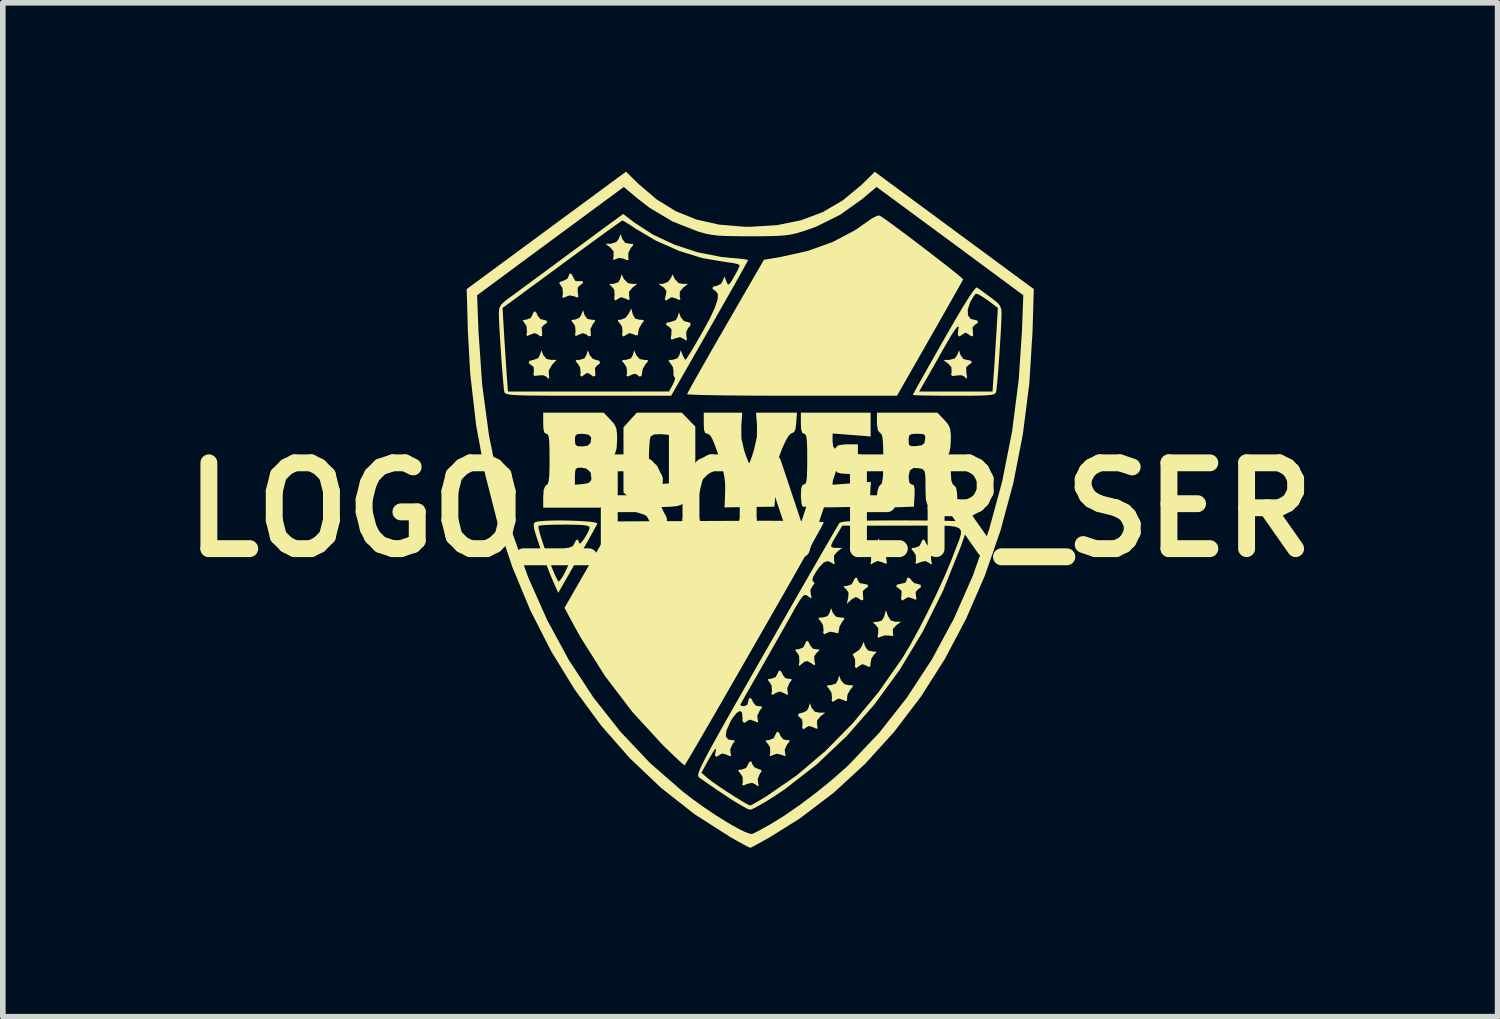
<source format=kicad_pcb>
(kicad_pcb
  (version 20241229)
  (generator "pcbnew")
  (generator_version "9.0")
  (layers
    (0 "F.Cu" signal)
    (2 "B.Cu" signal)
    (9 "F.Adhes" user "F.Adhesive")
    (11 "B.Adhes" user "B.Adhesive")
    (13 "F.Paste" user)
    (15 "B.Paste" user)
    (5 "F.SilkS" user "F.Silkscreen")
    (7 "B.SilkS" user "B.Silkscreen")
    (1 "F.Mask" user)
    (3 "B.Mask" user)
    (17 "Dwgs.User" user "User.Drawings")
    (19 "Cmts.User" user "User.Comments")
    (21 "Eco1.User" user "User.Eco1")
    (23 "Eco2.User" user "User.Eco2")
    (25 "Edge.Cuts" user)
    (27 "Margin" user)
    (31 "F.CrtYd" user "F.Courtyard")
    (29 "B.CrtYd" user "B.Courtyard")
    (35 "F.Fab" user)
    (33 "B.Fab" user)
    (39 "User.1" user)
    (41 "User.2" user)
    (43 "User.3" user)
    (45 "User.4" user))
  (footprint "LOGO_BOVER_SER"
    (layer "F.Cu")
    (at 10.276 6.006)
    (property "Reference" "LOGO_BOVER_SER" (at 0 0 0) (layer "F.SilkS") (effects (font (size 1.524 1.524) (thickness 0.3))))
    (attr board_only exclude_from_pos_files exclude_from_bom)
    (fp_poly (pts (xy -2.273 -4.812) (xy -2.221 -4.743) (xy -2.149 -4.727) (xy -2.082 -4.723) (xy -2.081 -4.698) (xy -2.119 -4.654) (xy -2.165 -4.565) (xy -2.166 -4.503) (xy -2.16 -4.44) (xy -2.198 -4.435) (xy -2.249 -4.463) (xy -2.332 -4.474) (xy -2.377 -4.458) (xy -2.428 -4.438) (xy -2.435 -4.469) (xy -2.426 -4.507) (xy -2.428 -4.594) (xy -2.486 -4.661) (xy -2.57 -4.726) (xy -2.473 -4.726) (xy -2.376 -4.758) (xy -2.337 -4.812) (xy -2.3 -4.896)) (stroke (width 0) (type solid)) (fill yes) (layer "F.SilkS"))
    (fp_poly (pts (xy -2.243 -4.099) (xy -2.171 -4.027) (xy -2.105 -4.014) (xy -2.007 -4.013) (xy -2.091 -3.948) (xy -2.152 -3.875) (xy -2.151 -3.794) (xy -2.14 -3.733) (xy -2.168 -3.729) (xy -2.212 -3.751) (xy -2.293 -3.777) (xy -2.338 -3.755) (xy -2.393 -3.717) (xy -2.416 -3.745) (xy -2.409 -3.814) (xy -2.416 -3.914) (xy -2.459 -3.964) (xy -2.502 -4.001) (xy -2.482 -4.013) (xy -2.431 -4.014) (xy -2.345 -4.04) (xy -2.31 -4.099) (xy -2.284 -4.183)) (stroke (width 0) (type solid)) (fill yes) (layer "F.SilkS"))
    (fp_poly (pts (xy -1.339 -4.098) (xy -1.271 -4.027) (xy -1.204 -4.014) (xy -1.107 -4.013) (xy -1.19 -3.948) (xy -1.251 -3.875) (xy -1.251 -3.794) (xy -1.24 -3.733) (xy -1.267 -3.729) (xy -1.312 -3.751) (xy -1.392 -3.777) (xy -1.437 -3.755) (xy -1.495 -3.716) (xy -1.517 -3.74) (xy -1.501 -3.807) (xy -1.487 -3.886) (xy -1.529 -3.943) (xy -1.548 -3.957) (xy -1.63 -4.014) (xy -1.548 -4.014) (xy -1.466 -4.046) (xy -1.421 -4.098) (xy -1.376 -4.182)) (stroke (width 0) (type solid)) (fill yes) (layer "F.SilkS"))
    (fp_poly (pts (xy -3.676 -2.748) (xy -3.616 -2.679) (xy -3.54 -2.664) (xy -3.439 -2.664) (xy -3.519 -2.578) (xy -3.579 -2.476) (xy -3.577 -2.41) (xy -3.57 -2.34) (xy -3.592 -2.331) (xy -3.623 -2.367) (xy -3.676 -2.391) (xy -3.757 -2.387) (xy -3.832 -2.378) (xy -3.852 -2.403) (xy -3.843 -2.453) (xy -3.845 -2.534) (xy -3.88 -2.564) (xy -3.935 -2.605) (xy -3.923 -2.645) (xy -3.852 -2.664) (xy -3.85 -2.664) (xy -3.767 -2.693) (xy -3.736 -2.748) (xy -3.71 -2.833)) (stroke (width 0) (type solid)) (fill yes) (layer "F.SilkS"))
    (fp_poly (pts (xy -2.943 -3.461) (xy -2.893 -3.392) (xy -2.822 -3.377) (xy -2.757 -3.372) (xy -2.757 -3.347) (xy -2.793 -3.304) (xy -2.839 -3.21) (xy -2.833 -3.154) (xy -2.83 -3.089) (xy -2.867 -3.082) (xy -2.915 -3.118) (xy -2.972 -3.138) (xy -3.04 -3.113) (xy -3.1 -3.087) (xy -3.112 -3.11) (xy -3.102 -3.155) (xy -3.11 -3.262) (xy -3.14 -3.31) (xy -3.179 -3.36) (xy -3.158 -3.375) (xy -3.119 -3.377) (xy -3.036 -3.41) (xy -3.002 -3.461) (xy -2.968 -3.545)) (stroke (width 0) (type solid)) (fill yes) (layer "F.SilkS"))
    (fp_poly (pts (xy -2.851 -2.748) (xy -2.794 -2.68) (xy -2.74 -2.664) (xy -2.676 -2.644) (xy -2.671 -2.6) (xy -2.72 -2.565) (xy -2.759 -2.516) (xy -2.753 -2.454) (xy -2.751 -2.38) (xy -2.788 -2.368) (xy -2.844 -2.409) (xy -2.895 -2.434) (xy -2.934 -2.409) (xy -2.994 -2.366) (xy -3.019 -2.388) (xy -3.012 -2.44) (xy -3.022 -2.53) (xy -3.059 -2.59) (xy -3.102 -2.644) (xy -3.087 -2.662) (xy -3.03 -2.664) (xy -2.945 -2.69) (xy -2.91 -2.748) (xy -2.885 -2.833)) (stroke (width 0) (type solid)) (fill yes) (layer "F.SilkS"))
    (fp_poly (pts (xy -2.025 -2.748) (xy -1.964 -2.679) (xy -1.89 -2.664) (xy -1.821 -2.66) (xy -1.816 -2.638) (xy -1.861 -2.585) (xy -1.91 -2.502) (xy -1.92 -2.435) (xy -1.932 -2.374) (xy -1.975 -2.369) (xy -2.007 -2.401) (xy -2.057 -2.418) (xy -2.101 -2.401) (xy -2.173 -2.368) (xy -2.197 -2.382) (xy -2.187 -2.44) (xy -2.196 -2.53) (xy -2.233 -2.59) (xy -2.277 -2.644) (xy -2.261 -2.662) (xy -2.205 -2.664) (xy -2.119 -2.69) (xy -2.085 -2.748) (xy -2.06 -2.833)) (stroke (width 0) (type solid)) (fill yes) (layer "F.SilkS"))
    (fp_poly (pts (xy 1.092 3.518) (xy 1.147 3.586) (xy 1.228 3.603) (xy 1.332 3.603) (xy 1.248 3.668) (xy 1.188 3.742) (xy 1.188 3.822) (xy 1.199 3.883) (xy 1.171 3.887) (xy 1.127 3.865) (xy 1.046 3.84) (xy 1.001 3.861) (xy 0.945 3.9) (xy 0.923 3.872) (xy 0.929 3.809) (xy 0.923 3.723) (xy 0.886 3.692) (xy 0.845 3.656) (xy 0.865 3.619) (xy 0.934 3.602) (xy 0.938 3.602) (xy 1.004 3.569) (xy 1.035 3.518) (xy 1.061 3.434)) (stroke (width 0) (type solid)) (fill yes) (layer "F.SilkS"))
    (fp_poly (pts (xy 1.467 1.83) (xy 1.524 1.898) (xy 1.599 1.913) (xy 1.668 1.918) (xy 1.671 1.942) (xy 1.638 1.982) (xy 1.588 2.07) (xy 1.576 2.133) (xy 1.565 2.191) (xy 1.523 2.187) (xy 1.508 2.18) (xy 1.42 2.165) (xy 1.386 2.178) (xy 1.317 2.21) (xy 1.295 2.186) (xy 1.303 2.137) (xy 1.293 2.048) (xy 1.256 1.987) (xy 1.213 1.934) (xy 1.229 1.915) (xy 1.286 1.913) (xy 1.374 1.888) (xy 1.41 1.83) (xy 1.436 1.746)) (stroke (width 0) (type solid)) (fill yes) (layer "F.SilkS"))
    (fp_poly (pts (xy 1.614 3.03) (xy 1.675 3.099) (xy 1.749 3.114) (xy 1.818 3.117) (xy 1.823 3.14) (xy 1.779 3.193) (xy 1.73 3.276) (xy 1.719 3.346) (xy 1.72 3.396) (xy 1.684 3.393) (xy 1.65 3.376) (xy 1.57 3.352) (xy 1.527 3.373) (xy 1.469 3.412) (xy 1.446 3.387) (xy 1.453 3.338) (xy 1.443 3.248) (xy 1.406 3.188) (xy 1.363 3.134) (xy 1.378 3.116) (xy 1.434 3.114) (xy 1.52 3.088) (xy 1.555 3.03) (xy 1.58 2.945)) (stroke (width 0) (type solid)) (fill yes) (layer "F.SilkS"))
    (fp_poly (pts (xy 2.042 2.429) (xy 2.093 2.498) (xy 2.169 2.515) (xy 2.236 2.52) (xy 2.237 2.539) (xy 2.204 2.566) (xy 2.154 2.64) (xy 2.139 2.715) (xy 2.132 2.783) (xy 2.102 2.789) (xy 2.064 2.768) (xy 1.996 2.741) (xy 1.944 2.768) (xy 1.884 2.811) (xy 1.859 2.79) (xy 1.865 2.739) (xy 1.862 2.652) (xy 1.841 2.61) (xy 1.82 2.564) (xy 1.867 2.535) (xy 1.869 2.535) (xy 1.94 2.484) (xy 1.978 2.428) (xy 2.015 2.345)) (stroke (width 0) (type solid)) (fill yes) (layer "F.SilkS"))
    (fp_poly (pts (xy 3.736 -2.748) (xy 3.787 -2.678) (xy 3.85 -2.664) (xy 3.923 -2.648) (xy 3.934 -2.612) (xy 3.879 -2.573) (xy 3.837 -2.533) (xy 3.838 -2.449) (xy 3.84 -2.438) (xy 3.851 -2.35) (xy 3.838 -2.329) (xy 3.806 -2.367) (xy 3.752 -2.391) (xy 3.668 -2.386) (xy 3.591 -2.376) (xy 3.569 -2.399) (xy 3.578 -2.448) (xy 3.573 -2.534) (xy 3.517 -2.597) (xy 3.433 -2.662) (xy 3.537 -2.663) (xy 3.633 -2.689) (xy 3.676 -2.748) (xy 3.71 -2.833)) (stroke (width 0) (type solid)) (fill yes) (layer "F.SilkS"))
    (fp_poly (pts (xy -2.087 -3.476) (xy -2.048 -3.399) (xy -1.971 -3.377) (xy -1.963 -3.377) (xy -1.895 -3.372) (xy -1.893 -3.347) (xy -1.926 -3.308) (xy -1.976 -3.22) (xy -1.988 -3.157) (xy -1.997 -3.099) (xy -2.037 -3.101) (xy -2.068 -3.116) (xy -2.146 -3.139) (xy -2.188 -3.118) (xy -2.248 -3.078) (xy -2.276 -3.101) (xy -2.269 -3.154) (xy -2.275 -3.251) (xy -2.31 -3.304) (xy -2.353 -3.357) (xy -2.34 -3.375) (xy -2.296 -3.377) (xy -2.215 -3.411) (xy -2.164 -3.476) (xy -2.112 -3.575)) (stroke (width 0) (type solid)) (fill yes) (layer "F.SilkS"))
    (fp_poly (pts (xy 2.322 0.592) (xy 2.385 0.656) (xy 2.446 0.675) (xy 2.5 0.68) (xy 2.496 0.706) (xy 2.46 0.748) (xy 2.414 0.843) (xy 2.419 0.898) (xy 2.43 0.951) (xy 2.402 0.955) (xy 2.349 0.933) (xy 2.264 0.909) (xy 2.197 0.936) (xy 2.189 0.942) (xy 2.145 0.972) (xy 2.139 0.947) (xy 2.149 0.902) (xy 2.144 0.792) (xy 2.113 0.742) (xy 2.074 0.692) (xy 2.094 0.677) (xy 2.134 0.675) (xy 2.215 0.642) (xy 2.247 0.592) (xy 2.277 0.509)) (stroke (width 0) (type solid)) (fill yes) (layer "F.SilkS"))
    (fp_poly (pts (xy 2.446 1.885) (xy 2.495 1.965) (xy 2.577 1.988) (xy 2.581 1.988) (xy 2.681 1.988) (xy 2.596 2.048) (xy 2.534 2.117) (xy 2.535 2.183) (xy 2.542 2.237) (xy 2.5 2.24) (xy 2.481 2.234) (xy 2.387 2.231) (xy 2.326 2.251) (xy 2.272 2.274) (xy 2.262 2.247) (xy 2.273 2.195) (xy 2.275 2.102) (xy 2.228 2.044) (xy 2.183 2.005) (xy 2.201 1.992) (xy 2.256 1.99) (xy 2.337 1.969) (xy 2.38 1.897) (xy 2.383 1.885) (xy 2.41 1.782)) (stroke (width 0) (type solid)) (fill yes) (layer "F.SilkS"))
    (fp_poly (pts (xy -3.795 -3.496) (xy -3.778 -3.452) (xy -3.728 -3.388) (xy -3.68 -3.377) (xy -3.613 -3.359) (xy -3.611 -3.32) (xy -3.662 -3.287) (xy -3.704 -3.242) (xy -3.699 -3.17) (xy -3.694 -3.094) (xy -3.728 -3.081) (xy -3.778 -3.118) (xy -3.835 -3.138) (xy -3.903 -3.113) (xy -3.963 -3.087) (xy -3.975 -3.11) (xy -3.965 -3.155) (xy -3.973 -3.262) (xy -4.003 -3.31) (xy -4.041 -3.359) (xy -4.02 -3.375) (xy -3.979 -3.377) (xy -3.9 -3.407) (xy -3.875 -3.452) (xy -3.847 -3.512) (xy -3.827 -3.527)) (stroke (width 0) (type solid)) (fill yes) (layer "F.SilkS"))
    (fp_poly (pts (xy -1.234 -3.423) (xy -1.179 -3.355) (xy -1.127 -3.339) (xy -1.061 -3.321) (xy -1.062 -3.274) (xy -1.102 -3.231) (xy -1.136 -3.159) (xy -1.133 -3.086) (xy -1.124 -3.017) (xy -1.143 -3.009) (xy -1.177 -3.035) (xy -1.246 -3.068) (xy -1.331 -3.046) (xy -1.332 -3.046) (xy -1.395 -3.022) (xy -1.412 -3.044) (xy -1.401 -3.115) (xy -1.397 -3.204) (xy -1.436 -3.247) (xy -1.44 -3.249) (xy -1.496 -3.288) (xy -1.484 -3.324) (xy -1.409 -3.339) (xy -1.324 -3.368) (xy -1.292 -3.423) (xy -1.265 -3.507)) (stroke (width 0) (type solid)) (fill yes) (layer "F.SilkS"))
    (fp_poly (pts (xy 0.519 3.971) (xy 0.536 4.014) (xy 0.587 4.078) (xy 0.64 4.09) (xy 0.698 4.094) (xy 0.695 4.12) (xy 0.659 4.162) (xy 0.613 4.258) (xy 0.619 4.315) (xy 0.631 4.371) (xy 0.601 4.371) (xy 0.566 4.354) (xy 0.474 4.332) (xy 0.409 4.354) (xy 0.353 4.378) (xy 0.346 4.35) (xy 0.356 4.315) (xy 0.352 4.215) (xy 0.316 4.162) (xy 0.274 4.109) (xy 0.288 4.091) (xy 0.335 4.09) (xy 0.414 4.059) (xy 0.439 4.014) (xy 0.467 3.954) (xy 0.488 3.939)) (stroke (width 0) (type solid)) (fill yes) (layer "F.SilkS"))
    (fp_poly (pts (xy -3.175 -4.19) (xy -3.142 -4.131) (xy -3.139 -4.122) (xy -3.103 -4.063) (xy -3.041 -4.062) (xy -2.977 -4.062) (xy -2.969 -4.029) (xy -3.021 -3.99) (xy -3.024 -3.989) (xy -3.065 -3.947) (xy -3.062 -3.858) (xy -3.052 -3.785) (xy -3.072 -3.77) (xy -3.115 -3.79) (xy -3.208 -3.809) (xy -3.27 -3.786) (xy -3.327 -3.762) (xy -3.337 -3.79) (xy -3.327 -3.831) (xy -3.333 -3.935) (xy -3.361 -3.98) (xy -3.394 -4.028) (xy -3.369 -4.053) (xy -3.322 -4.067) (xy -3.251 -4.103) (xy -3.227 -4.147) (xy -3.21 -4.197)) (stroke (width 0) (type solid)) (fill yes) (layer "F.SilkS"))
    (fp_poly (pts (xy 0.037 4.518) (xy 0.038 4.52) (xy 0.07 4.57) (xy 0.133 4.6) (xy 0.198 4.622) (xy 0.198 4.654) (xy 0.172 4.686) (xy 0.133 4.782) (xy 0.139 4.841) (xy 0.151 4.904) (xy 0.13 4.905) (xy 0.099 4.881) (xy 0.033 4.849) (xy -0.048 4.867) (xy -0.06 4.872) (xy -0.126 4.898) (xy -0.142 4.881) (xy -0.131 4.838) (xy -0.137 4.74) (xy -0.171 4.687) (xy -0.214 4.634) (xy -0.2 4.617) (xy -0.152 4.615) (xy -0.073 4.585) (xy -0.048 4.54) (xy -0.016 4.478) (xy 0.02 4.469)) (stroke (width 0) (type solid)) (fill yes) (layer "F.SilkS"))
    (fp_poly (pts (xy 0.557 2.883) (xy 0.574 2.926) (xy 0.624 2.99) (xy 0.678 3.001) (xy 0.736 3.007) (xy 0.73 3.035) (xy 0.701 3.069) (xy 0.659 3.167) (xy 0.663 3.222) (xy 0.674 3.282) (xy 0.647 3.283) (xy 0.606 3.259) (xy 0.53 3.227) (xy 0.459 3.25) (xy 0.445 3.259) (xy 0.388 3.289) (xy 0.377 3.267) (xy 0.387 3.222) (xy 0.379 3.116) (xy 0.349 3.069) (xy 0.311 3.019) (xy 0.332 3.003) (xy 0.373 3.001) (xy 0.452 2.971) (xy 0.477 2.926) (xy 0.505 2.866) (xy 0.525 2.851)) (stroke (width 0) (type solid)) (fill yes) (layer "F.SilkS"))
    (fp_poly (pts (xy 1.044 2.357) (xy 1.061 2.401) (xy 1.112 2.465) (xy 1.169 2.477) (xy 1.23 2.482) (xy 1.221 2.504) (xy 1.187 2.532) (xy 1.137 2.6) (xy 1.141 2.684) (xy 1.155 2.752) (xy 1.134 2.758) (xy 1.082 2.724) (xy 1.015 2.686) (xy 0.963 2.699) (xy 0.925 2.73) (xy 0.873 2.772) (xy 0.862 2.756) (xy 0.874 2.703) (xy 0.868 2.592) (xy 0.837 2.543) (xy 0.798 2.493) (xy 0.82 2.477) (xy 0.861 2.476) (xy 0.94 2.446) (xy 0.965 2.401) (xy 0.992 2.34) (xy 1.013 2.326)) (stroke (width 0) (type solid)) (fill yes) (layer "F.SilkS"))
    (fp_poly (pts (xy 2.851 1.23) (xy 2.865 1.257) (xy 2.916 1.303) (xy 2.963 1.313) (xy 3.028 1.333) (xy 3.031 1.377) (xy 2.98 1.413) (xy 2.938 1.46) (xy 2.944 1.527) (xy 2.954 1.59) (xy 2.926 1.594) (xy 2.886 1.574) (xy 2.807 1.551) (xy 2.765 1.572) (xy 2.705 1.612) (xy 2.679 1.585) (xy 2.686 1.52) (xy 2.688 1.438) (xy 2.649 1.403) (xy 2.594 1.364) (xy 2.606 1.329) (xy 2.68 1.313) (xy 2.683 1.313) (xy 2.758 1.294) (xy 2.776 1.257) (xy 2.794 1.207) (xy 2.81 1.201)) (stroke (width 0) (type solid)) (fill yes) (layer "F.SilkS"))
    (fp_poly (pts (xy 3.108 0.556) (xy 3.125 0.6) (xy 3.175 0.664) (xy 3.229 0.675) (xy 3.287 0.681) (xy 3.281 0.709) (xy 3.253 0.742) (xy 3.21 0.841) (xy 3.216 0.902) (xy 3.228 0.965) (xy 3.207 0.966) (xy 3.176 0.942) (xy 3.109 0.909) (xy 3.028 0.928) (xy 3.016 0.933) (xy 2.95 0.958) (xy 2.935 0.941) (xy 2.946 0.898) (xy 2.94 0.801) (xy 2.905 0.748) (xy 2.863 0.695) (xy 2.877 0.677) (xy 2.924 0.675) (xy 3.003 0.645) (xy 3.028 0.6) (xy 3.056 0.54) (xy 3.077 0.525)) (stroke (width 0) (type solid)) (fill yes) (layer "F.SilkS"))
    (fp_poly (pts (xy 1.913 1.254) (xy 1.913 1.257) (xy 1.946 1.302) (xy 2.007 1.313) (xy 2.083 1.328) (xy 2.097 1.364) (xy 2.043 1.403) (xy 2.041 1.403) (xy 1.999 1.447) (xy 2.004 1.52) (xy 2.009 1.596) (xy 1.975 1.609) (xy 1.922 1.569) (xy 1.874 1.549) (xy 1.81 1.585) (xy 1.796 1.597) (xy 1.715 1.67) (xy 1.741 1.562) (xy 1.746 1.468) (xy 1.7 1.405) (xy 1.699 1.404) (xy 1.656 1.366) (xy 1.678 1.353) (xy 1.72 1.352) (xy 1.802 1.322) (xy 1.828 1.276) (xy 1.86 1.214) (xy 1.896 1.205)) (stroke (width 0) (type solid)) (fill yes) (layer "F.SilkS"))
    (fp_poly (pts (xy -0.975 -1.478) (xy -0.975 -0.315) (xy -1.108 -0.186) (xy -1.173 -0.126) (xy -1.23 -0.088) (xy -1.299 -0.067) (xy -1.4 -0.056) (xy -1.552 -0.05) (xy -1.598 -0.049) (xy -1.955 -0.041) (xy -2.251 -0.309) (xy -2.251 -0.84) (xy -1.8 -0.84) (xy -1.798 -0.69) (xy -1.791 -0.567) (xy -1.781 -0.489) (xy -1.774 -0.473) (xy -1.723 -0.459) (xy -1.628 -0.456) (xy -1.596 -0.458) (xy -1.444 -0.469) (xy -1.444 -1.332) (xy -1.591 -1.344) (xy -1.707 -1.339) (xy -1.768 -1.306) (xy -1.782 -1.249) (xy -1.792 -1.139) (xy -1.798 -0.996) (xy -1.8 -0.84) (xy -2.251 -0.84) (xy -2.251 -1.465) (xy -2.133 -1.596) (xy -2.014 -1.726) (xy -1.215 -1.726)) (stroke (width 0) (type solid)) (fill yes) (layer "F.SilkS"))
    (fp_poly (pts (xy 0.631 0.196) (xy 0.888 0.199) (xy 1.081 0.203) (xy 1.213 0.21) (xy 1.287 0.218) (xy 1.306 0.227) (xy 1.284 0.271) (xy 1.229 0.372) (xy 1.144 0.523) (xy 1.034 0.719) (xy 0.901 0.953) (xy 0.751 1.218) (xy 0.586 1.508) (xy 0.41 1.815) (xy 0.227 2.135) (xy 0.041 2.459) (xy -0.144 2.782) (xy -0.325 3.096) (xy -0.497 3.396) (xy -0.658 3.675) (xy -0.804 3.926) (xy -0.93 4.143) (xy -1.033 4.319) (xy -1.109 4.447) (xy -1.154 4.522) (xy -1.165 4.538) (xy -1.198 4.514) (xy -1.274 4.446) (xy -1.382 4.344) (xy -1.513 4.217) (xy -1.557 4.174) (xy -2.091 3.593) (xy -2.577 2.956) (xy -3.014 2.264) (xy -3.126 2.062) (xy -3.299 1.742) (xy -2.417 0.206) (xy -0.549 0.197) (xy -0.084 0.195) (xy 0.308 0.194)) (stroke (width 0) (type solid)) (fill yes) (layer "F.SilkS"))
    (fp_poly (pts (xy 2.375 -5.177) (xy 2.491 -5.094) (xy 2.639 -4.985) (xy 2.808 -4.859) (xy 2.989 -4.722) (xy 3.172 -4.582) (xy 3.347 -4.447) (xy 3.506 -4.323) (xy 3.637 -4.219) (xy 3.731 -4.142) (xy 3.778 -4.099) (xy 3.782 -4.093) (xy 3.761 -4.054) (xy 3.708 -3.958) (xy 3.626 -3.814) (xy 3.521 -3.628) (xy 3.397 -3.41) (xy 3.259 -3.167) (xy 3.189 -3.045) (xy 2.608 -2.027) (xy 0.741 -2.026) (xy 0.375 -2.027) (xy 0.033 -2.028) (xy -0.279 -2.031) (xy -0.552 -2.034) (xy -0.78 -2.038) (xy -0.955 -2.043) (xy -1.071 -2.048) (xy -1.121 -2.053) (xy -1.122 -2.054) (xy -1.103 -2.092) (xy -1.051 -2.187) (xy -0.97 -2.333) (xy -0.863 -2.521) (xy -0.736 -2.744) (xy -0.592 -2.995) (xy -0.438 -3.262) (xy 0.244 -4.442) (xy 0.544 -4.492) (xy 1.027 -4.6) (xy 1.468 -4.759) (xy 1.859 -4.965) (xy 2.056 -5.102) (xy 2.17 -5.181) (xy 2.258 -5.224) (xy 2.3 -5.227)) (stroke (width 0) (type solid)) (fill yes) (layer "F.SilkS"))
    (fp_poly (pts (xy -0.158 -1.491) (xy -0.156 -1.267) (xy -0.107 -1.054) (xy -0.103 -1.041) (xy -0.063 -0.928) (xy -0.032 -0.85) (xy -0.019 -0.825) (xy -0.003 -0.858) (xy 0.029 -0.944) (xy 0.066 -1.06) (xy 0.119 -1.296) (xy 0.121 -1.51) (xy 0.103 -1.726) (xy 0.83 -1.726) (xy 0.818 -1.548) (xy 0.805 -1.435) (xy 0.778 -1.379) (xy 0.731 -1.359) (xy 0.685 -1.319) (xy 0.629 -1.224) (xy 0.568 -1.09) (xy 0.509 -0.934) (xy 0.457 -0.774) (xy 0.419 -0.627) (xy 0.4 -0.51) (xy 0.407 -0.44) (xy 0.41 -0.435) (xy 0.435 -0.365) (xy 0.445 -0.257) (xy 0.443 -0.219) (xy 0.431 -0.056) (xy -0.012 -0.05) (xy -0.456 -0.043) (xy -0.445 -0.312) (xy -0.445 -0.455) (xy -0.458 -0.586) (xy -0.489 -0.728) (xy -0.544 -0.909) (xy -0.563 -0.966) (xy -0.626 -1.146) (xy -0.675 -1.263) (xy -0.716 -1.328) (xy -0.753 -1.35) (xy -0.758 -1.351) (xy -0.799 -1.363) (xy -0.819 -1.414) (xy -0.825 -1.518) (xy -0.825 -1.538) (xy -0.825 -1.726) (xy -0.141 -1.726)) (stroke (width 0) (type solid)) (fill yes) (layer "F.SilkS"))
    (fp_poly (pts (xy 2.139 -1.303) (xy 1.801 -1.33) (xy 1.463 -1.356) (xy 1.463 -1.222) (xy 1.472 -1.134) (xy 1.495 -1.089) (xy 1.501 -1.088) (xy 1.537 -1.117) (xy 1.538 -1.126) (xy 1.572 -1.147) (xy 1.658 -1.161) (xy 1.726 -1.163) (xy 1.913 -1.163) (xy 1.913 -0.638) (xy 1.726 -0.638) (xy 1.619 -0.645) (xy 1.551 -0.662) (xy 1.538 -0.675) (xy 1.51 -0.712) (xy 1.501 -0.713) (xy 1.476 -0.68) (xy 1.464 -0.598) (xy 1.463 -0.579) (xy 1.463 -0.445) (xy 1.803 -0.471) (xy 2.143 -0.498) (xy 2.131 -0.277) (xy 2.12 -0.056) (xy 1.536 -0.046) (xy 1.334 -0.044) (xy 1.159 -0.045) (xy 1.024 -0.05) (xy 0.943 -0.057) (xy 0.926 -0.062) (xy 0.911 -0.112) (xy 0.902 -0.209) (xy 0.9 -0.269) (xy 0.907 -0.385) (xy 0.929 -0.44) (xy 0.957 -0.45) (xy 0.981 -0.462) (xy 0.997 -0.503) (xy 1.007 -0.586) (xy 1.012 -0.723) (xy 1.013 -0.9) (xy 1.012 -1.095) (xy 1.006 -1.225) (xy 0.996 -1.304) (xy 0.979 -1.342) (xy 0.957 -1.351) (xy 0.921 -1.371) (xy 0.904 -1.44) (xy 0.9 -1.538) (xy 0.9 -1.726) (xy 2.139 -1.726)) (stroke (width 0) (type solid)) (fill yes) (layer "F.SilkS"))
    (fp_poly (pts (xy -3.164 0.193) (xy -2.999 0.2) (xy -2.859 0.21) (xy -2.759 0.224) (xy -2.716 0.24) (xy -2.715 0.244) (xy -2.739 0.291) (xy -2.793 0.39) (xy -2.873 0.533) (xy -2.971 0.706) (xy -3.071 0.883) (xy -3.41 1.475) (xy -3.508 1.254) (xy -3.564 1.12) (xy -3.632 0.944) (xy -3.703 0.752) (xy -3.741 0.644) (xy -3.8 0.468) (xy -3.835 0.35) (xy -3.845 0.285) (xy -3.762 0.285) (xy -3.76 0.329) (xy -3.735 0.425) (xy -3.693 0.56) (xy -3.64 0.716) (xy -3.58 0.878) (xy -3.521 1.031) (xy -3.467 1.159) (xy -3.425 1.245) (xy -3.4 1.276) (xy -3.373 1.247) (xy -3.325 1.175) (xy -3.311 1.153) (xy -3.229 0.981) (xy -3.207 0.849) (xy -3.244 0.752) (xy -3.249 0.746) (xy -3.291 0.694) (xy -3.274 0.677) (xy -3.229 0.675) (xy -3.15 0.645) (xy -3.125 0.6) (xy -3.092 0.537) (xy -3.056 0.533) (xy -3.038 0.59) (xy -3.038 0.591) (xy -3.022 0.6) (xy -2.984 0.561) (xy -2.935 0.493) (xy -2.89 0.414) (xy -2.858 0.343) (xy -2.852 0.31) (xy -2.873 0.288) (xy -2.941 0.274) (xy -3.067 0.266) (xy -3.257 0.263) (xy -3.295 0.263) (xy -3.471 0.264) (xy -3.617 0.269) (xy -3.72 0.277) (xy -3.762 0.285) (xy -3.845 0.285) (xy -3.846 0.277) (xy -3.838 0.236) (xy -3.823 0.221) (xy -3.765 0.206) (xy -3.654 0.196) (xy -3.507 0.19) (xy -3.338 0.189)) (stroke (width 0) (type solid)) (fill yes) (layer "F.SilkS"))
    (fp_poly (pts (xy -2.484 -1.602) (xy -2.415 -1.524) (xy -2.379 -1.45) (xy -2.366 -1.351) (xy -2.364 -1.25) (xy -2.373 -1.093) (xy -2.4 -1) (xy -2.421 -0.975) (xy -2.459 -0.931) (xy -2.44 -0.886) (xy -2.421 -0.864) (xy -2.383 -0.78) (xy -2.365 -0.632) (xy -2.364 -0.555) (xy -2.366 -0.42) (xy -2.38 -0.334) (xy -2.417 -0.268) (xy -2.487 -0.198) (xy -2.514 -0.173) (xy -2.664 -0.038) (xy -3.677 -0.038) (xy -3.677 -0.226) (xy -3.668 -0.357) (xy -3.639 -0.424) (xy -3.621 -0.437) (xy -3.611 -0.446) (xy -3.114 -0.446) (xy -2.973 -0.457) (xy -2.876 -0.475) (xy -2.831 -0.514) (xy -2.82 -0.555) (xy -2.835 -0.664) (xy -2.909 -0.732) (xy -3.006 -0.75) (xy -3.075 -0.744) (xy -3.106 -0.711) (xy -3.114 -0.63) (xy -3.114 -0.598) (xy -3.114 -0.446) (xy -3.611 -0.446) (xy -3.596 -0.46) (xy -3.579 -0.514) (xy -3.569 -0.611) (xy -3.565 -0.763) (xy -3.564 -0.904) (xy -3.566 -1.098) (xy -3.571 -1.227) (xy -3.572 -1.238) (xy -3.114 -1.238) (xy -3.106 -1.162) (xy -3.069 -1.131) (xy -2.985 -1.126) (xy -2.886 -1.139) (xy -2.838 -1.187) (xy -2.833 -1.2) (xy -2.825 -1.288) (xy -2.874 -1.336) (xy -2.985 -1.351) (xy -3.072 -1.344) (xy -3.108 -1.311) (xy -3.114 -1.238) (xy -3.572 -1.238) (xy -3.581 -1.305) (xy -3.599 -1.342) (xy -3.621 -1.351) (xy -3.656 -1.371) (xy -3.673 -1.44) (xy -3.677 -1.538) (xy -3.677 -1.726) (xy -2.603 -1.726)) (stroke (width 0) (type solid)) (fill yes) (layer "F.SilkS"))
    (fp_poly (pts (xy 3.444 -1.602) (xy 3.513 -1.523) (xy 3.549 -1.448) (xy 3.563 -1.348) (xy 3.564 -1.253) (xy 3.557 -1.123) (xy 3.538 -1.023) (xy 3.519 -0.983) (xy 3.494 -0.932) (xy 3.519 -0.893) (xy 3.545 -0.832) (xy 3.561 -0.725) (xy 3.564 -0.653) (xy 3.573 -0.521) (xy 3.599 -0.452) (xy 3.621 -0.437) (xy 3.658 -0.392) (xy 3.675 -0.289) (xy 3.677 -0.226) (xy 3.677 -0.038) (xy 3.455 -0.038) (xy 3.297 -0.04) (xy 3.198 -0.055) (xy 3.143 -0.099) (xy 3.12 -0.184) (xy 3.114 -0.324) (xy 3.114 -0.397) (xy 3.113 -0.551) (xy 3.106 -0.645) (xy 3.09 -0.697) (xy 3.06 -0.723) (xy 3.02 -0.735) (xy 2.904 -0.745) (xy 2.838 -0.702) (xy 2.814 -0.599) (xy 2.814 -0.583) (xy 2.825 -0.486) (xy 2.862 -0.451) (xy 2.872 -0.45) (xy 2.906 -0.435) (xy 2.921 -0.38) (xy 2.92 -0.268) (xy 2.919 -0.253) (xy 2.908 -0.056) (xy 2.606 -0.046) (xy 2.462 -0.044) (xy 2.348 -0.048) (xy 2.284 -0.058) (xy 2.278 -0.061) (xy 2.254 -0.123) (xy 2.249 -0.221) (xy 2.259 -0.326) (xy 2.283 -0.408) (xy 2.307 -0.437) (xy 2.332 -0.46) (xy 2.349 -0.514) (xy 2.359 -0.612) (xy 2.363 -0.765) (xy 2.364 -0.9) (xy 2.362 -1.096) (xy 2.356 -1.229) (xy 2.355 -1.236) (xy 2.814 -1.236) (xy 2.819 -1.161) (xy 2.851 -1.132) (xy 2.929 -1.131) (xy 2.955 -1.133) (xy 3.049 -1.148) (xy 3.093 -1.185) (xy 3.107 -1.247) (xy 3.109 -1.313) (xy 3.081 -1.343) (xy 3.003 -1.35) (xy 2.966 -1.351) (xy 2.869 -1.346) (xy 2.826 -1.323) (xy 2.814 -1.265) (xy 2.814 -1.236) (xy 2.355 -1.236) (xy 2.344 -1.31) (xy 2.325 -1.352) (xy 2.307 -1.364) (xy 2.267 -1.415) (xy 2.251 -1.529) (xy 2.251 -1.556) (xy 2.251 -1.726) (xy 3.324 -1.726)) (stroke (width 0) (type solid)) (fill yes) (layer "F.SilkS"))
    (fp_poly (pts (xy 4.079 -3.913) (xy 4.171 -3.847) (xy 4.268 -3.776) (xy 4.377 -3.692) (xy 4.436 -3.628) (xy 4.46 -3.562) (xy 4.465 -3.495) (xy 4.462 -3.386) (xy 4.455 -3.23) (xy 4.444 -3.042) (xy 4.431 -2.837) (xy 4.417 -2.631) (xy 4.403 -2.438) (xy 4.389 -2.274) (xy 4.377 -2.154) (xy 4.368 -2.093) (xy 4.368 -2.092) (xy 4.355 -2.069) (xy 4.325 -2.052) (xy 4.269 -2.04) (xy 4.177 -2.033) (xy 4.039 -2.028) (xy 3.844 -2.026) (xy 3.618 -2.026) (xy 3.393 -2.027) (xy 3.197 -2.029) (xy 3.04 -2.032) (xy 2.933 -2.036) (xy 2.889 -2.041) (xy 2.889 -2.041) (xy 2.907 -2.077) (xy 2.92 -2.101) (xy 3 -2.101) (xy 4.304 -2.101) (xy 4.327 -2.429) (xy 4.34 -2.615) (xy 4.354 -2.84) (xy 4.368 -3.067) (xy 4.375 -3.172) (xy 4.399 -3.587) (xy 4.217 -3.723) (xy 4.116 -3.791) (xy 4.038 -3.833) (xy 4.005 -3.84) (xy 3.971 -3.797) (xy 3.922 -3.714) (xy 3.906 -3.684) (xy 3.864 -3.557) (xy 3.869 -3.454) (xy 3.919 -3.39) (xy 3.976 -3.377) (xy 4.041 -3.359) (xy 4.042 -3.319) (xy 3.992 -3.287) (xy 3.95 -3.242) (xy 3.955 -3.17) (xy 3.96 -3.094) (xy 3.926 -3.081) (xy 3.872 -3.122) (xy 3.821 -3.147) (xy 3.782 -3.122) (xy 3.718 -3.079) (xy 3.687 -3.102) (xy 3.692 -3.17) (xy 3.704 -3.247) (xy 3.685 -3.256) (xy 3.635 -3.197) (xy 3.554 -3.07) (xy 3.443 -2.879) (xy 3.344 -2.703) (xy 3.245 -2.528) (xy 3.16 -2.379) (xy 3.114 -2.298) (xy 3 -2.101) (xy 2.92 -2.101) (xy 2.957 -2.169) (xy 3.036 -2.31) (xy 3.138 -2.491) (xy 3.259 -2.705) (xy 3.394 -2.943) (xy 3.436 -3.017) (xy 3.617 -3.331) (xy 3.764 -3.58) (xy 3.878 -3.764) (xy 3.961 -3.885) (xy 4.011 -3.944) (xy 4.027 -3.949)) (stroke (width 0) (type solid)) (fill yes) (layer "F.SilkS"))
    (fp_poly (pts (xy -2.057 -5.102) (xy -1.725 -4.887) (xy -1.344 -4.709) (xy -0.936 -4.575) (xy -0.521 -4.493) (xy -0.347 -4.475) (xy -0.205 -4.464) (xy -0.098 -4.451) (xy -0.042 -4.439) (xy -0.038 -4.436) (xy -0.056 -4.4) (xy -0.107 -4.307) (xy -0.187 -4.163) (xy -0.292 -3.976) (xy -0.418 -3.754) (xy -0.561 -3.503) (xy -0.716 -3.231) (xy -0.721 -3.222) (xy -1.405 -2.026) (xy -2.876 -2.026) (xy -3.248 -2.026) (xy -3.552 -2.027) (xy -3.795 -2.029) (xy -3.983 -2.031) (xy -4.124 -2.036) (xy -4.226 -2.042) (xy -4.293 -2.05) (xy -4.335 -2.061) (xy -4.357 -2.074) (xy -4.367 -2.091) (xy -4.367 -2.092) (xy -4.376 -2.15) (xy -4.387 -2.267) (xy -4.401 -2.43) (xy -4.416 -2.621) (xy -4.43 -2.827) (xy -4.443 -3.032) (xy -4.454 -3.22) (xy -4.462 -3.377) (xy -4.465 -3.488) (xy -4.465 -3.494) (xy -4.457 -3.579) (xy -4.454 -3.586) (xy -4.399 -3.586) (xy -4.375 -3.172) (xy -4.362 -2.957) (xy -4.347 -2.726) (xy -4.333 -2.516) (xy -4.327 -2.429) (xy -4.304 -2.101) (xy -1.444 -2.102) (xy -1.376 -2.222) (xy -1.34 -2.303) (xy -1.338 -2.351) (xy -1.344 -2.355) (xy -1.365 -2.396) (xy -1.361 -2.442) (xy -1.37 -2.528) (xy -1.408 -2.59) (xy -1.451 -2.644) (xy -1.436 -2.662) (xy -1.38 -2.664) (xy -1.294 -2.69) (xy -1.259 -2.748) (xy -1.234 -2.833) (xy -1.2 -2.748) (xy -1.167 -2.684) (xy -1.148 -2.664) (xy -1.125 -2.695) (xy -1.071 -2.779) (xy -0.994 -2.906) (xy -0.902 -3.065) (xy -0.857 -3.142) (xy -0.719 -3.395) (xy -0.627 -3.592) (xy -0.579 -3.737) (xy -0.575 -3.834) (xy -0.613 -3.885) (xy -0.621 -3.889) (xy -0.672 -3.928) (xy -0.656 -3.965) (xy -0.599 -3.977) (xy -0.524 -4.01) (xy -0.49 -4.061) (xy -0.458 -4.146) (xy -0.423 -4.056) (xy -0.401 -4.008) (xy -0.378 -4.003) (xy -0.341 -4.049) (xy -0.288 -4.138) (xy -0.231 -4.241) (xy -0.195 -4.319) (xy -0.188 -4.344) (xy -0.222 -4.365) (xy -0.312 -4.385) (xy -0.439 -4.402) (xy -0.445 -4.403) (xy -0.852 -4.472) (xy -1.271 -4.602) (xy -1.68 -4.784) (xy -2.035 -4.994) (xy -2.145 -5.067) (xy -2.228 -5.119) (xy -2.268 -5.14) (xy -2.269 -5.14) (xy -2.302 -5.119) (xy -2.389 -5.058) (xy -2.519 -4.965) (xy -2.685 -4.845) (xy -2.879 -4.703) (xy -3.085 -4.552) (xy -3.315 -4.383) (xy -3.54 -4.217) (xy -3.749 -4.063) (xy -3.929 -3.931) (xy -4.069 -3.828) (xy -4.141 -3.775) (xy -4.399 -3.586) (xy -4.454 -3.586) (xy -4.424 -3.645) (xy -4.351 -3.713) (xy -4.286 -3.761) (xy -4.205 -3.82) (xy -4.075 -3.916) (xy -3.906 -4.04) (xy -3.711 -4.184) (xy -3.499 -4.34) (xy -3.377 -4.431) (xy -3.16 -4.591) (xy -2.951 -4.745) (xy -2.763 -4.884) (xy -2.606 -5) (xy -2.491 -5.084) (xy -2.451 -5.113) (xy -2.256 -5.255)) (stroke (width 0) (type solid)) (fill yes) (layer "F.SilkS"))
    (fp_poly (pts (xy -1.984 -5.789) (xy -1.663 -5.515) (xy -1.323 -5.305) (xy -0.957 -5.157) (xy -0.554 -5.066) (xy -0.106 -5.029) (xy 0 -5.027) (xy 0.472 -5.056) (xy 0.899 -5.142) (xy 1.288 -5.288) (xy 1.645 -5.497) (xy 1.976 -5.771) (xy 2.006 -5.8) (xy 2.213 -6.004) (xy 3.625 -4.962) (xy 5.037 -3.921) (xy 5.015 -3.17) (xy 4.958 -2.243) (xy 4.843 -1.342) (xy 4.673 -0.472) (xy 4.447 0.365) (xy 4.169 1.166) (xy 3.839 1.927) (xy 3.46 2.646) (xy 3.033 3.318) (xy 2.559 3.941) (xy 2.041 4.512) (xy 1.48 5.028) (xy 0.877 5.485) (xy 0.358 5.81) (xy 0.216 5.89) (xy 0.1 5.954) (xy 0.023 5.994) (xy 0 6.003) (xy -0.04 5.985) (xy -0.13 5.938) (xy -0.255 5.869) (xy -0.358 5.81) (xy -0.993 5.404) (xy -1.587 4.936) (xy -2.141 4.41) (xy -2.65 3.829) (xy -3.115 3.197) (xy -3.534 2.515) (xy -3.904 1.789) (xy -4.224 1.02) (xy -4.493 0.213) (xy -4.708 -0.63) (xy -4.869 -1.506) (xy -4.973 -2.411) (xy -5.015 -3.17) (xy -5.033 -3.811) (xy -4.851 -3.811) (xy -4.827 -3.172) (xy -4.762 -2.231) (xy -4.64 -1.321) (xy -4.462 -0.445) (xy -4.23 0.395) (xy -3.945 1.196) (xy -3.608 1.955) (xy -3.222 2.667) (xy -2.786 3.332) (xy -2.303 3.944) (xy -1.775 4.502) (xy -1.201 5.002) (xy -1.021 5.141) (xy -0.811 5.291) (xy -0.604 5.43) (xy -0.408 5.552) (xy -0.235 5.651) (xy -0.095 5.721) (xy 0.002 5.756) (xy 0.038 5.757) (xy 0.095 5.73) (xy 0.198 5.675) (xy 0.327 5.604) (xy 0.362 5.584) (xy 0.606 5.433) (xy 0.88 5.243) (xy 1.165 5.029) (xy 1.442 4.805) (xy 1.688 4.589) (xy 1.752 4.529) (xy 2.292 3.96) (xy 2.784 3.335) (xy 3.226 2.659) (xy 3.618 1.933) (xy 3.958 1.162) (xy 4.244 0.348) (xy 4.476 -0.505) (xy 4.652 -1.394) (xy 4.77 -2.316) (xy 4.827 -3.172) (xy 4.851 -3.811) (xy 4.442 -4.114) (xy 4.301 -4.218) (xy 4.113 -4.357) (xy 3.89 -4.522) (xy 3.644 -4.704) (xy 3.389 -4.892) (xy 3.139 -5.076) (xy 2.245 -5.735) (xy 1.985 -5.517) (xy 1.599 -5.242) (xy 1.175 -5.031) (xy 0.938 -4.947) (xy 0.826 -4.914) (xy 0.72 -4.89) (xy 0.606 -4.874) (xy 0.467 -4.865) (xy 0.288 -4.86) (xy 0.052 -4.859) (xy 0 -4.859) (xy -0.248 -4.86) (xy -0.437 -4.864) (xy -0.582 -4.872) (xy -0.7 -4.887) (xy -0.806 -4.909) (xy -0.915 -4.94) (xy -0.938 -4.947) (xy -1.382 -5.123) (xy -1.788 -5.365) (xy -1.985 -5.517) (xy -2.245 -5.735) (xy -3.139 -5.076) (xy -3.391 -4.89) (xy -3.646 -4.702) (xy -3.892 -4.521) (xy -4.115 -4.356) (xy -4.303 -4.217) (xy -4.442 -4.114) (xy -4.851 -3.811) (xy -5.033 -3.811) (xy -5.036 -3.921) (xy -3.622 -4.963) (xy -2.207 -6.006)) (stroke (width 0) (type solid)) (fill yes) (layer "F.SilkS"))
    (fp_poly (pts (xy 2.955 0.189) (xy 3.211 0.191) (xy 3.435 0.194) (xy 3.616 0.199) (xy 3.744 0.204) (xy 3.809 0.209) (xy 3.812 0.21) (xy 3.843 0.221) (xy 3.86 0.243) (xy 3.859 0.288) (xy 3.838 0.367) (xy 3.796 0.493) (xy 3.734 0.669) (xy 3.425 1.438) (xy 3.066 2.161) (xy 2.66 2.835) (xy 2.208 3.455) (xy 1.713 4.02) (xy 1.178 4.526) (xy 0.605 4.97) (xy 0.41 5.1) (xy 0.263 5.192) (xy 0.134 5.266) (xy 0.039 5.314) (xy -0.003 5.328) (xy -0.056 5.308) (xy -0.156 5.253) (xy -0.291 5.172) (xy -0.444 5.073) (xy -0.454 5.066) (xy -0.61 4.961) (xy -0.747 4.867) (xy -0.852 4.794) (xy -0.91 4.752) (xy -0.911 4.752) (xy -0.922 4.738) (xy -0.926 4.716) (xy -0.92 4.68) (xy -0.916 4.671) (xy -0.867 4.671) (xy -0.743 4.777) (xy -0.668 4.834) (xy -0.556 4.912) (xy -0.424 5) (xy -0.287 5.088) (xy -0.161 5.166) (xy -0.062 5.224) (xy -0.005 5.252) (xy 0.000157 5.253) (xy 0.04 5.234) (xy 0.127 5.185) (xy 0.246 5.114) (xy 0.298 5.082) (xy 0.827 4.716) (xy 1.338 4.282) (xy 1.824 3.788) (xy 2.279 3.239) (xy 2.696 2.644) (xy 2.721 2.604) (xy 2.852 2.384) (xy 3 2.113) (xy 3.154 1.813) (xy 3.305 1.502) (xy 3.444 1.201) (xy 3.559 0.93) (xy 3.614 0.788) (xy 3.671 0.64) (xy 3.716 0.524) (xy 3.742 0.436) (xy 3.743 0.371) (xy 3.712 0.327) (xy 3.643 0.3) (xy 3.527 0.285) (xy 3.36 0.28) (xy 3.134 0.28) (xy 2.843 0.281) (xy 2.704 0.281) (xy 1.637 0.281) (xy 1.534 0.45) (xy 1.466 0.567) (xy 1.437 0.635) (xy 1.448 0.666) (xy 1.499 0.676) (xy 1.529 0.676) (xy 1.632 0.677) (xy 1.548 0.742) (xy 1.488 0.813) (xy 1.489 0.9) (xy 1.502 0.964) (xy 1.482 0.966) (xy 1.451 0.943) (xy 1.38 0.91) (xy 1.307 0.934) (xy 1.224 1.022) (xy 1.177 1.089) (xy 1.117 1.191) (xy 1.104 1.25) (xy 1.12 1.272) (xy 1.144 1.307) (xy 1.109 1.349) (xy 1.069 1.425) (xy 1.076 1.496) (xy 1.089 1.563) (xy 1.071 1.568) (xy 1.033 1.539) (xy 0.997 1.515) (xy 0.964 1.513) (xy 0.926 1.544) (xy 0.875 1.615) (xy 0.803 1.736) (xy 0.713 1.897) (xy 0.652 2.005) (xy 0.563 2.163) (xy 0.453 2.356) (xy 0.332 2.569) (xy 0.21 2.783) (xy 0.096 2.983) (xy -0.006 3.161) (xy -0.089 3.306) (xy -0.147 3.409) (xy -0.175 3.459) (xy -0.177 3.461) (xy -0.158 3.483) (xy -0.115 3.489) (xy -0.051 3.464) (xy -0.038 3.414) (xy -0.024 3.353) (xy -0.004 3.339) (xy 0.031 3.37) (xy 0.048 3.414) (xy 0.099 3.478) (xy 0.152 3.489) (xy 0.21 3.494) (xy 0.207 3.519) (xy 0.171 3.562) (xy 0.125 3.658) (xy 0.131 3.715) (xy 0.143 3.771) (xy 0.115 3.772) (xy 0.075 3.752) (xy -0.005 3.727) (xy -0.049 3.748) (xy -0.107 3.787) (xy -0.136 3.757) (xy -0.138 3.688) (xy -0.147 3.599) (xy -0.184 3.573) (xy -0.242 3.608) (xy -0.315 3.7) (xy -0.353 3.766) (xy -0.421 3.919) (xy -0.435 4.023) (xy -0.392 4.079) (xy -0.333 4.09) (xy -0.277 4.095) (xy -0.283 4.123) (xy -0.312 4.157) (xy -0.355 4.255) (xy -0.35 4.311) (xy -0.339 4.371) (xy -0.367 4.375) (xy -0.411 4.353) (xy -0.492 4.327) (xy -0.537 4.349) (xy -0.597 4.388) (xy -0.626 4.366) (xy -0.619 4.315) (xy -0.604 4.25) (xy -0.62 4.248) (xy -0.664 4.308) (xy -0.733 4.426) (xy -0.75 4.455) (xy -0.867 4.671) (xy -0.916 4.671) (xy -0.901 4.627) (xy -0.868 4.552) (xy -0.817 4.45) (xy -0.747 4.316) (xy -0.654 4.146) (xy -0.537 3.935) (xy -0.393 3.679) (xy -0.219 3.373) (xy -0.013 3.012) (xy 0.227 2.591) (xy 0.285 2.49) (xy 0.499 2.116) (xy 0.703 1.76) (xy 0.893 1.428) (xy 1.067 1.126) (xy 1.221 0.859) (xy 1.352 0.632) (xy 1.457 0.451) (xy 1.533 0.321) (xy 1.576 0.248) (xy 1.585 0.234) (xy 1.616 0.22) (xy 1.686 0.208) (xy 1.802 0.2) (xy 1.97 0.194) (xy 2.197 0.19) (xy 2.489 0.188) (xy 2.678 0.188)) (stroke (width 0) (type solid)) (fill yes) (layer "F.SilkS")))
  (gr_rect
    (start -3 -3)
    (end 23.552 15.009)
    (stroke (width 0.1) (type default))
    (fill no)
    (layer "Edge.Cuts")))
</source>
